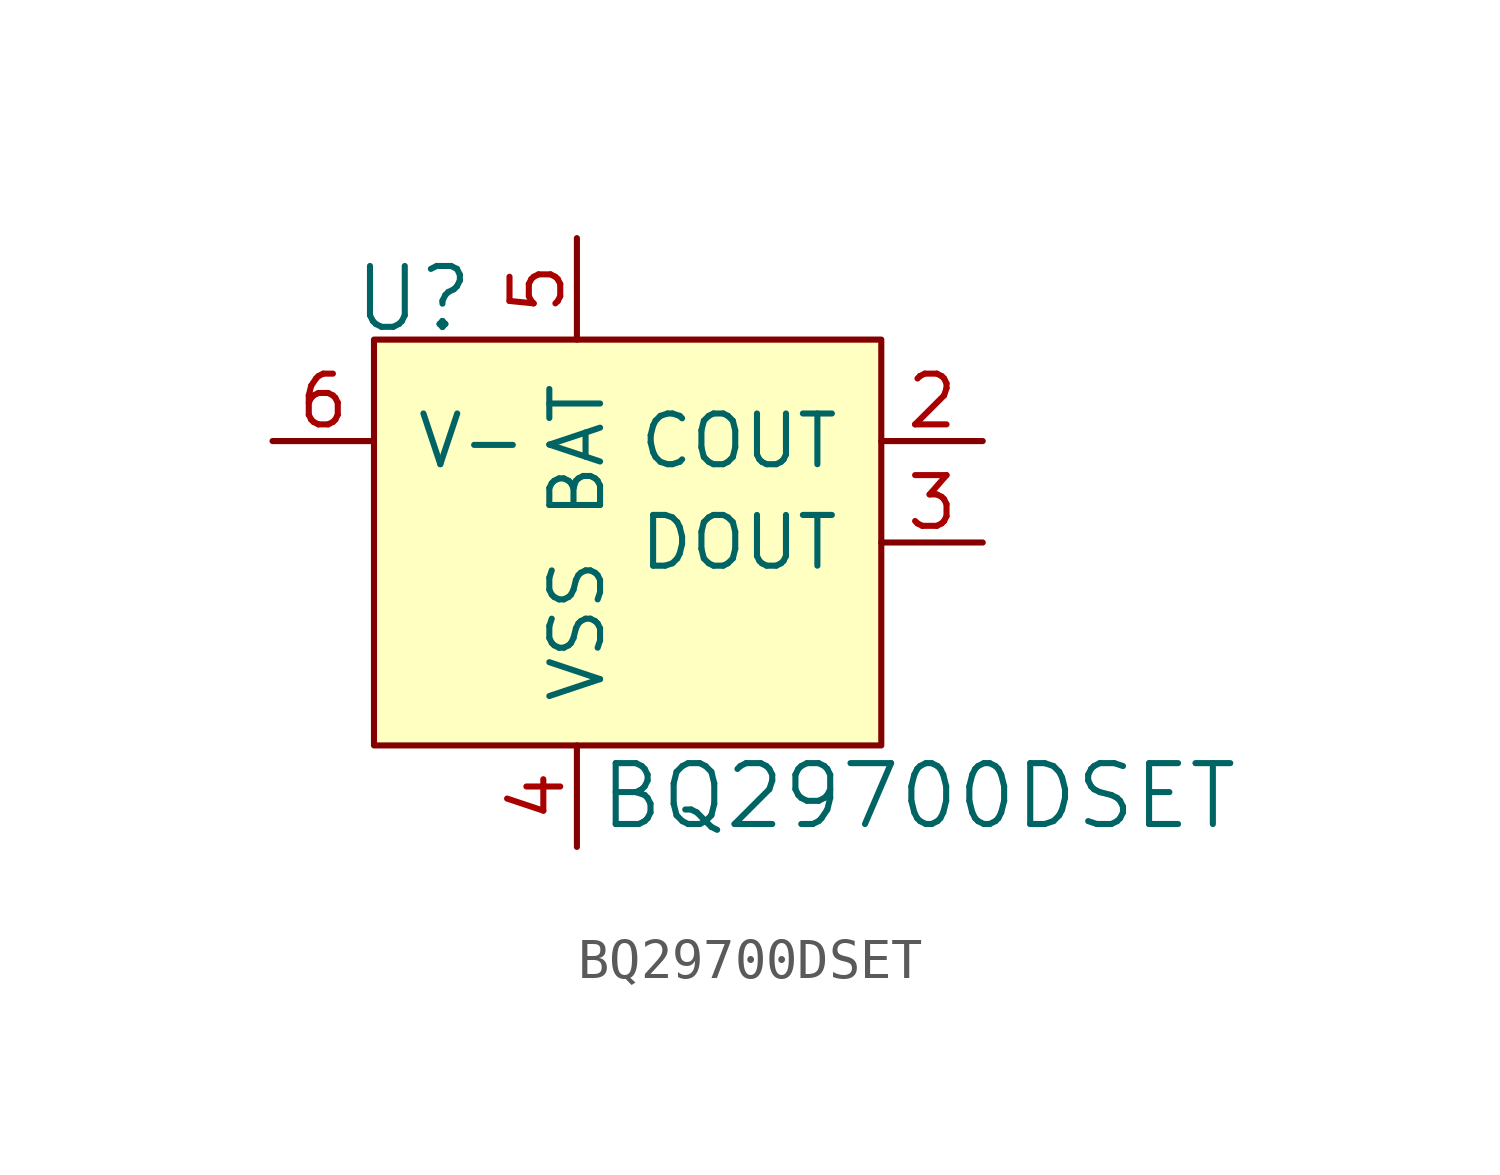
<source format=kicad_sym>
(kicad_symbol_lib
  (version 20231120)
  (generator "kicad_symbol_editor")
  (generator_version "8.0")
  (symbol "BQ29700DSET"
    (pin_names
      (offset 1.016))
    (property "Reference" "U"
      (at -2.54 3.556 0)
      (effects (font (size 1.524 1.524)) (justify right)))
    (property "Value" "BQ29700DSET"
      (at 0.508 -8.89 0)
      (effects (font (size 1.524 1.524)) (justify left)))
    (symbol "BQ29700DSET_0_1"
      (rectangle (start -5.08 2.54) (end 7.62 -7.62) (stroke (width 0) (type default)) (fill (type background))))
    (symbol "BQ29700DSET_1_1"
      (pin no_connect line (at 0 -5.08 0) (length 2.54) hide (name "NC" (effects (font (size 1.27 1.27)))) (number "1" (effects (font (size 1.27 1.27)))))
      (pin output line (at 10.16 0 180) (length 2.54) (name "COUT" (effects (font (size 1.27 1.27)))) (number "2" (effects (font (size 1.27 1.27)))))
      (pin output line (at 10.16 -2.54 180) (length 2.54) (name "DOUT" (effects (font (size 1.27 1.27)))) (number "3" (effects (font (size 1.27 1.27)))))
      (pin power_in line (at 0 -10.16 90) (length 2.54) (name "VSS" (effects (font (size 1.27 1.27)))) (number "4" (effects (font (size 1.27 1.27)))))
      (pin power_in line (at 0 5.08 270) (length 2.54) (name "BAT" (effects (font (size 1.27 1.27)))) (number "5" (effects (font (size 1.27 1.27)))))
      (pin input line (at -7.62 0 0) (length 2.54) (name "V-" (effects (font (size 1.27 1.27)))) (number "6" (effects (font (size 1.27 1.27))))))))
</source>
